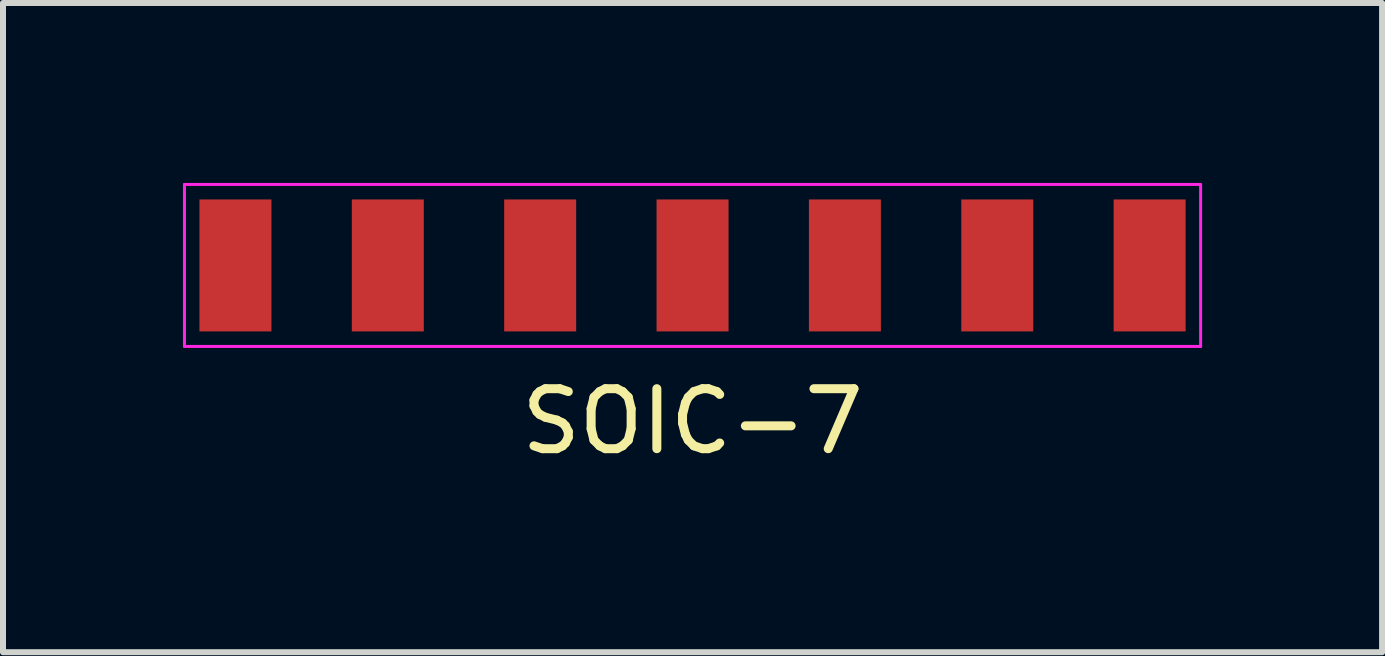
<source format=kicad_pcb>
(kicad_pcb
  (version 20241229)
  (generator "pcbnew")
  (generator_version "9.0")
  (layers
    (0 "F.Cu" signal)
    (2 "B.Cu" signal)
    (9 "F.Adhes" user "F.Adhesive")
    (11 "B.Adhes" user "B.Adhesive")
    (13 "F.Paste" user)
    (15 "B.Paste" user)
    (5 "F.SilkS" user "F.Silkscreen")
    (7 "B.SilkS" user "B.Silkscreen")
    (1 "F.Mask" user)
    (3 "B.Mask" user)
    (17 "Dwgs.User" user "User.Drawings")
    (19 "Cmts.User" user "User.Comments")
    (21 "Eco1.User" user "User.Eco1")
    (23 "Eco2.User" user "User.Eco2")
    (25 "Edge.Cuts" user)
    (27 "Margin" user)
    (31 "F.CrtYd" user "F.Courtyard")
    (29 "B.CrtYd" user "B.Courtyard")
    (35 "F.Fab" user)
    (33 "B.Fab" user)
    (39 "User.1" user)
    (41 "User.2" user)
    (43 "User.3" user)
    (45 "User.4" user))
  (footprint "SOIC-7"
    (layer "F.Cu")
    (at 8.495 1.375)
    (property "Reference" "SOIC-7" (at 0 2.6 0) (layer "F.SilkS") (effects (font (size 1 1) (thickness 0.15))))
    (attr through_hole)
    (fp_line (start -8.47 -1.35) (end 8.47 -1.35) (stroke (width 0.05) (type solid)) (layer "F.CrtYd"))
    (fp_line (start -8.47 1.35) (end -8.47 -1.35) (stroke (width 0.05) (type solid)) (layer "F.CrtYd"))
    (fp_line (start 8.47 -1.35) (end 8.47 1.35) (stroke (width 0.05) (type solid)) (layer "F.CrtYd"))
    (fp_line (start 8.47 1.35) (end -8.47 1.35) (stroke (width 0.05) (type solid)) (layer "F.CrtYd"))
    (pad "1" smd rect (at -7.62 0) (size 1.2 2.2) (layers "F.Cu" "F.Mask" "F.Paste"))
    (pad "2" smd rect (at -5.08 0) (size 1.2 2.2) (layers "F.Cu" "F.Mask" "F.Paste"))
    (pad "3" smd rect (at -2.54 0) (size 1.2 2.2) (layers "F.Cu" "F.Mask" "F.Paste"))
    (pad "4" smd rect (at 0 0) (size 1.2 2.2) (layers "F.Cu" "F.Mask" "F.Paste"))
    (pad "5" smd rect (at 2.54 0) (size 1.2 2.2) (layers "F.Cu" "F.Mask" "F.Paste"))
    (pad "6" smd rect (at 5.08 0) (size 1.2 2.2) (layers "F.Cu" "F.Mask" "F.Paste"))
    (pad "7" smd rect (at 7.62 0) (size 1.2 2.2) (layers "F.Cu" "F.Mask" "F.Paste")))
  (gr_rect
    (start -3 -3)
    (end 19.99 7.823)
    (stroke (width 0.1) (type default))
    (fill no)
    (layer "Edge.Cuts")))
</source>
